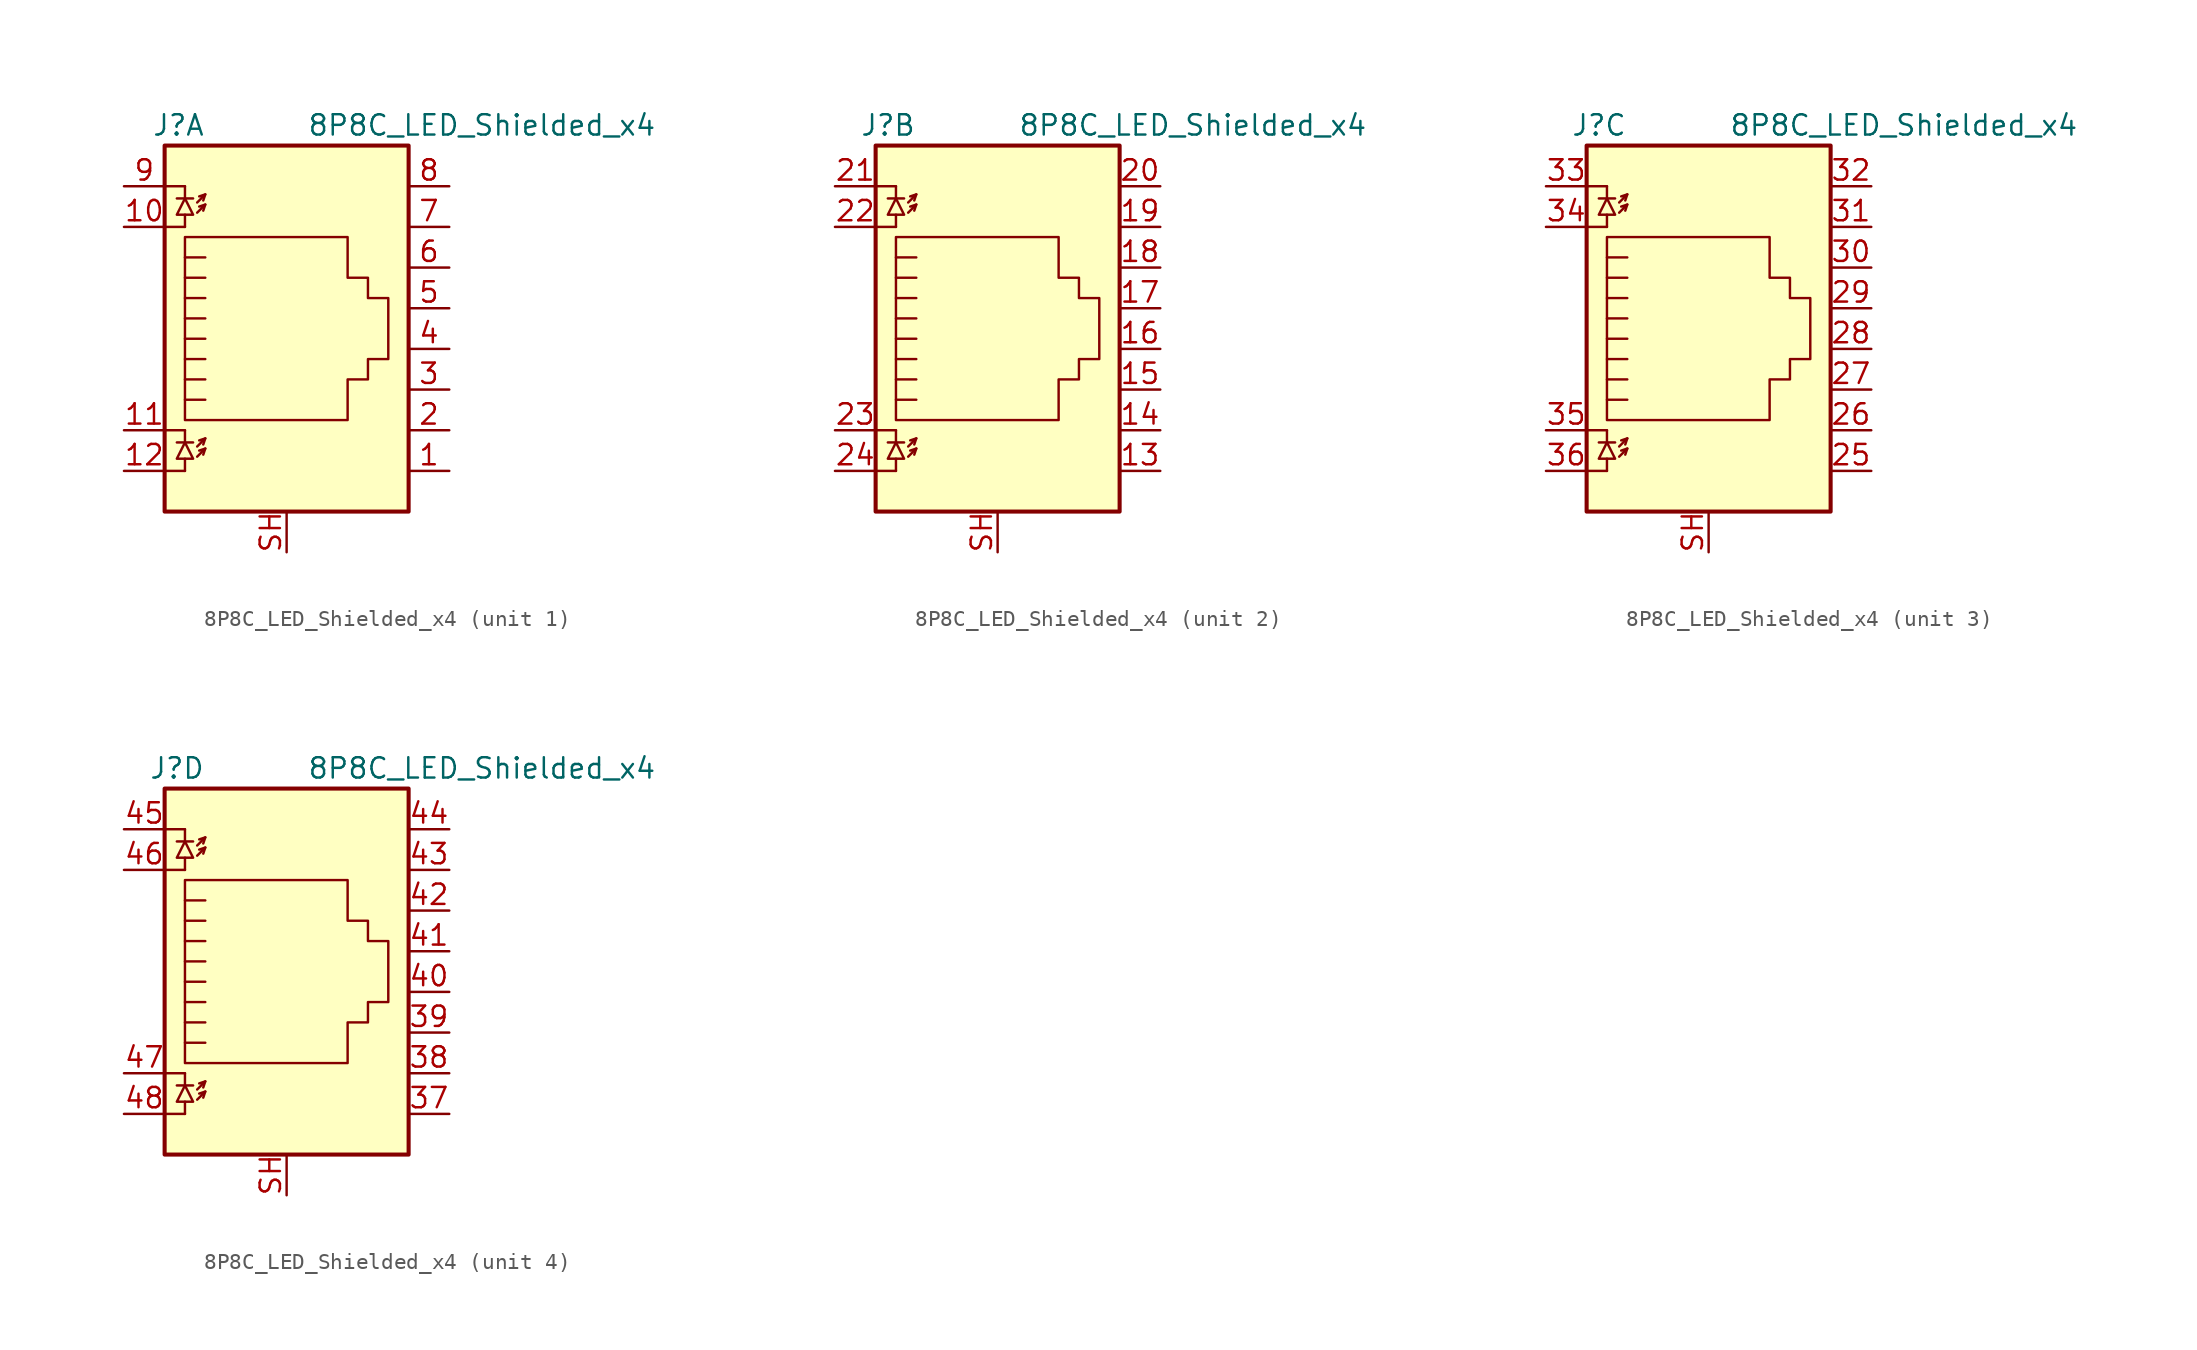
<source format=kicad_sym>
(kicad_symbol_lib
  (version 20211014)
  (generator kicad_symbol_editor)
  (symbol "8P8C_LED_Shielded_x4"
    (property "Reference" "J"
      (at -5.08 13.97 0)
      (effects (font (size 1.27 1.27)) (justify right)))
    (property "Value" "8P8C_LED_Shielded_x4"
      (at 1.27 13.97 0)
      (effects (font (size 1.27 1.27)) (justify left)))
    (property "ki_locked" ""
      (at 0 0 0)
      (effects (font (size 1.27 1.27))))
    (symbol "8P8C_LED_Shielded_x4_0_1"
      (polyline (pts (xy -7.62 -7.62) (xy -6.35 -7.62)) (stroke (width 0) (type default) (color 0 0 0 0)) (fill (type none)))
      (polyline (pts (xy -7.62 -5.08) (xy -6.35 -5.08)) (stroke (width 0) (type default) (color 0 0 0 0)) (fill (type none)))
      (polyline (pts (xy -7.62 7.62) (xy -6.35 7.62)) (stroke (width 0) (type default) (color 0 0 0 0)) (fill (type none)))
      (polyline (pts (xy -7.62 10.16) (xy -6.35 10.16)) (stroke (width 0) (type default) (color 0 0 0 0)) (fill (type none)))
      (polyline (pts (xy -6.858 -5.842) (xy -5.842 -5.842)) (stroke (width 0) (type default) (color 0 0 0 0)) (fill (type none)))
      (polyline (pts (xy -6.858 9.398) (xy -5.842 9.398)) (stroke (width 0) (type default) (color 0 0 0 0)) (fill (type none)))
      (polyline (pts (xy -6.35 -7.62) (xy -6.35 -6.858)) (stroke (width 0) (type default) (color 0 0 0 0)) (fill (type none)))
      (polyline (pts (xy -6.35 -5.08) (xy -6.35 -5.842)) (stroke (width 0) (type default) (color 0 0 0 0)) (fill (type none)))
      (polyline (pts (xy -6.35 7.62) (xy -6.35 8.382)) (stroke (width 0) (type default) (color 0 0 0 0)) (fill (type none)))
      (polyline (pts (xy -6.35 10.16) (xy -6.35 9.398)) (stroke (width 0) (type default) (color 0 0 0 0)) (fill (type none)))
      (polyline (pts (xy -5.08 -6.223) (xy -5.207 -6.604)) (stroke (width 0) (type default) (color 0 0 0 0)) (fill (type none)))
      (polyline (pts (xy -5.08 -5.588) (xy -5.207 -5.969)) (stroke (width 0) (type default) (color 0 0 0 0)) (fill (type none)))
      (polyline (pts (xy -5.08 4.445) (xy -6.35 4.445)) (stroke (width 0) (type default) (color 0 0 0 0)) (fill (type none)))
      (polyline (pts (xy -5.08 5.715) (xy -6.35 5.715)) (stroke (width 0) (type default) (color 0 0 0 0)) (fill (type none)))
      (polyline (pts (xy -5.08 9.017) (xy -5.207 8.636)) (stroke (width 0) (type default) (color 0 0 0 0)) (fill (type none)))
      (polyline (pts (xy -5.08 9.652) (xy -5.207 9.271)) (stroke (width 0) (type default) (color 0 0 0 0)) (fill (type none)))
      (polyline (pts (xy -6.35 -3.175) (xy -5.08 -3.175) (xy -5.08 -3.175)) (stroke (width 0) (type default) (color 0 0 0 0)) (fill (type none)))
      (polyline (pts (xy -6.35 -1.905) (xy -5.08 -1.905) (xy -5.08 -1.905)) (stroke (width 0) (type default) (color 0 0 0 0)) (fill (type none)))
      (polyline (pts (xy -6.35 -0.635) (xy -5.08 -0.635) (xy -5.08 -0.635)) (stroke (width 0) (type default) (color 0 0 0 0)) (fill (type none)))
      (polyline (pts (xy -6.35 0.635) (xy -5.08 0.635) (xy -5.08 0.635)) (stroke (width 0) (type default) (color 0 0 0 0)) (fill (type none)))
      (polyline (pts (xy -6.35 1.905) (xy -5.08 1.905) (xy -5.08 1.905)) (stroke (width 0) (type default) (color 0 0 0 0)) (fill (type none)))
      (polyline (pts (xy -5.588 -6.731) (xy -5.08 -6.223) (xy -5.461 -6.35)) (stroke (width 0) (type default) (color 0 0 0 0)) (fill (type none)))
      (polyline (pts (xy -5.588 -6.096) (xy -5.08 -5.588) (xy -5.461 -5.715)) (stroke (width 0) (type default) (color 0 0 0 0)) (fill (type none)))
      (polyline (pts (xy -5.588 8.509) (xy -5.08 9.017) (xy -5.461 8.89)) (stroke (width 0) (type default) (color 0 0 0 0)) (fill (type none)))
      (polyline (pts (xy -5.588 9.144) (xy -5.08 9.652) (xy -5.461 9.525)) (stroke (width 0) (type default) (color 0 0 0 0)) (fill (type none)))
      (polyline (pts (xy -5.08 3.175) (xy -6.35 3.175) (xy -6.35 3.175)) (stroke (width 0) (type default) (color 0 0 0 0)) (fill (type none)))
      (polyline (pts (xy -6.35 -5.842) (xy -6.858 -6.858) (xy -5.842 -6.858) (xy -6.35 -5.842)) (stroke (width 0) (type default) (color 0 0 0 0)) (fill (type none)))
      (polyline (pts (xy -6.35 9.398) (xy -6.858 8.382) (xy -5.842 8.382) (xy -6.35 9.398)) (stroke (width 0) (type default) (color 0 0 0 0)) (fill (type none)))
      (polyline (pts (xy -6.35 -4.445) (xy -6.35 6.985) (xy 3.81 6.985) (xy 3.81 4.445) (xy 5.08 4.445) (xy 5.08 3.175) (xy 6.35 3.175) (xy 6.35 -0.635) (xy 5.08 -0.635) (xy 5.08 -1.905) (xy 3.81 -1.905) (xy 3.81 -4.445) (xy -6.35 -4.445) (xy -6.35 -4.445)) (stroke (width 0) (type default) (color 0 0 0 0)) (fill (type none)))
      (rectangle (start 7.62 12.7) (end -7.62 -10.16) (stroke (width 0.254) (type default) (color 0 0 0 0)) (fill (type background))))
    (symbol "8P8C_LED_Shielded_x4_1_1"
      (pin passive line (at 10.16 -7.62 180) (length 2.54) (name "~" (effects (font (size 1.27 1.27)))) (number "1" (effects (font (size 1.27 1.27)))))
      (pin passive line (at -10.16 7.62 0) (length 2.54) (name "~" (effects (font (size 1.27 1.27)))) (number "10" (effects (font (size 1.27 1.27)))))
      (pin passive line (at -10.16 -5.08 0) (length 2.54) (name "~" (effects (font (size 1.27 1.27)))) (number "11" (effects (font (size 1.27 1.27)))))
      (pin passive line (at -10.16 -7.62 0) (length 2.54) (name "~" (effects (font (size 1.27 1.27)))) (number "12" (effects (font (size 1.27 1.27)))))
      (pin passive line (at 10.16 -5.08 180) (length 2.54) (name "~" (effects (font (size 1.27 1.27)))) (number "2" (effects (font (size 1.27 1.27)))))
      (pin passive line (at 10.16 -2.54 180) (length 2.54) (name "~" (effects (font (size 1.27 1.27)))) (number "3" (effects (font (size 1.27 1.27)))))
      (pin passive line (at 10.16 0 180) (length 2.54) (name "~" (effects (font (size 1.27 1.27)))) (number "4" (effects (font (size 1.27 1.27)))))
      (pin passive line (at 10.16 2.54 180) (length 2.54) (name "~" (effects (font (size 1.27 1.27)))) (number "5" (effects (font (size 1.27 1.27)))))
      (pin passive line (at 10.16 5.08 180) (length 2.54) (name "~" (effects (font (size 1.27 1.27)))) (number "6" (effects (font (size 1.27 1.27)))))
      (pin passive line (at 10.16 7.62 180) (length 2.54) (name "~" (effects (font (size 1.27 1.27)))) (number "7" (effects (font (size 1.27 1.27)))))
      (pin passive line (at 10.16 10.16 180) (length 2.54) (name "~" (effects (font (size 1.27 1.27)))) (number "8" (effects (font (size 1.27 1.27)))))
      (pin passive line (at -10.16 10.16 0) (length 2.54) (name "~" (effects (font (size 1.27 1.27)))) (number "9" (effects (font (size 1.27 1.27)))))
      (pin passive line (at 0 -12.7 90) (length 2.54) (name "~" (effects (font (size 1.27 1.27)))) (number "SH" (effects (font (size 1.27 1.27))))))
    (symbol "8P8C_LED_Shielded_x4_2_1"
      (pin passive line (at 10.16 -7.62 180) (length 2.54) (name "~" (effects (font (size 1.27 1.27)))) (number "13" (effects (font (size 1.27 1.27)))))
      (pin passive line (at 10.16 -5.08 180) (length 2.54) (name "~" (effects (font (size 1.27 1.27)))) (number "14" (effects (font (size 1.27 1.27)))))
      (pin passive line (at 10.16 -2.54 180) (length 2.54) (name "~" (effects (font (size 1.27 1.27)))) (number "15" (effects (font (size 1.27 1.27)))))
      (pin passive line (at 10.16 0 180) (length 2.54) (name "~" (effects (font (size 1.27 1.27)))) (number "16" (effects (font (size 1.27 1.27)))))
      (pin passive line (at 10.16 2.54 180) (length 2.54) (name "~" (effects (font (size 1.27 1.27)))) (number "17" (effects (font (size 1.27 1.27)))))
      (pin passive line (at 10.16 5.08 180) (length 2.54) (name "~" (effects (font (size 1.27 1.27)))) (number "18" (effects (font (size 1.27 1.27)))))
      (pin passive line (at 10.16 7.62 180) (length 2.54) (name "~" (effects (font (size 1.27 1.27)))) (number "19" (effects (font (size 1.27 1.27)))))
      (pin passive line (at 10.16 10.16 180) (length 2.54) (name "~" (effects (font (size 1.27 1.27)))) (number "20" (effects (font (size 1.27 1.27)))))
      (pin passive line (at -10.16 10.16 0) (length 2.54) (name "~" (effects (font (size 1.27 1.27)))) (number "21" (effects (font (size 1.27 1.27)))))
      (pin passive line (at -10.16 7.62 0) (length 2.54) (name "~" (effects (font (size 1.27 1.27)))) (number "22" (effects (font (size 1.27 1.27)))))
      (pin passive line (at -10.16 -5.08 0) (length 2.54) (name "~" (effects (font (size 1.27 1.27)))) (number "23" (effects (font (size 1.27 1.27)))))
      (pin passive line (at -10.16 -7.62 0) (length 2.54) (name "~" (effects (font (size 1.27 1.27)))) (number "24" (effects (font (size 1.27 1.27)))))
      (pin passive line (at 0 -12.7 90) (length 2.54) (name "~" (effects (font (size 1.27 1.27)))) (number "SH" (effects (font (size 1.27 1.27))))))
    (symbol "8P8C_LED_Shielded_x4_3_1"
      (pin passive line (at 10.16 -7.62 180) (length 2.54) (name "~" (effects (font (size 1.27 1.27)))) (number "25" (effects (font (size 1.27 1.27)))))
      (pin passive line (at 10.16 -5.08 180) (length 2.54) (name "~" (effects (font (size 1.27 1.27)))) (number "26" (effects (font (size 1.27 1.27)))))
      (pin passive line (at 10.16 -2.54 180) (length 2.54) (name "~" (effects (font (size 1.27 1.27)))) (number "27" (effects (font (size 1.27 1.27)))))
      (pin passive line (at 10.16 0 180) (length 2.54) (name "~" (effects (font (size 1.27 1.27)))) (number "28" (effects (font (size 1.27 1.27)))))
      (pin passive line (at 10.16 2.54 180) (length 2.54) (name "~" (effects (font (size 1.27 1.27)))) (number "29" (effects (font (size 1.27 1.27)))))
      (pin passive line (at 10.16 5.08 180) (length 2.54) (name "~" (effects (font (size 1.27 1.27)))) (number "30" (effects (font (size 1.27 1.27)))))
      (pin passive line (at 10.16 7.62 180) (length 2.54) (name "~" (effects (font (size 1.27 1.27)))) (number "31" (effects (font (size 1.27 1.27)))))
      (pin passive line (at 10.16 10.16 180) (length 2.54) (name "~" (effects (font (size 1.27 1.27)))) (number "32" (effects (font (size 1.27 1.27)))))
      (pin passive line (at -10.16 10.16 0) (length 2.54) (name "~" (effects (font (size 1.27 1.27)))) (number "33" (effects (font (size 1.27 1.27)))))
      (pin passive line (at -10.16 7.62 0) (length 2.54) (name "~" (effects (font (size 1.27 1.27)))) (number "34" (effects (font (size 1.27 1.27)))))
      (pin passive line (at -10.16 -5.08 0) (length 2.54) (name "~" (effects (font (size 1.27 1.27)))) (number "35" (effects (font (size 1.27 1.27)))))
      (pin passive line (at -10.16 -7.62 0) (length 2.54) (name "~" (effects (font (size 1.27 1.27)))) (number "36" (effects (font (size 1.27 1.27)))))
      (pin passive line (at 0 -12.7 90) (length 2.54) (name "~" (effects (font (size 1.27 1.27)))) (number "SH" (effects (font (size 1.27 1.27))))))
    (symbol "8P8C_LED_Shielded_x4_4_1"
      (pin passive line (at 10.16 -7.62 180) (length 2.54) (name "~" (effects (font (size 1.27 1.27)))) (number "37" (effects (font (size 1.27 1.27)))))
      (pin passive line (at 10.16 -5.08 180) (length 2.54) (name "~" (effects (font (size 1.27 1.27)))) (number "38" (effects (font (size 1.27 1.27)))))
      (pin passive line (at 10.16 -2.54 180) (length 2.54) (name "~" (effects (font (size 1.27 1.27)))) (number "39" (effects (font (size 1.27 1.27)))))
      (pin passive line (at 10.16 0 180) (length 2.54) (name "~" (effects (font (size 1.27 1.27)))) (number "40" (effects (font (size 1.27 1.27)))))
      (pin passive line (at 10.16 2.54 180) (length 2.54) (name "~" (effects (font (size 1.27 1.27)))) (number "41" (effects (font (size 1.27 1.27)))))
      (pin passive line (at 10.16 5.08 180) (length 2.54) (name "~" (effects (font (size 1.27 1.27)))) (number "42" (effects (font (size 1.27 1.27)))))
      (pin passive line (at 10.16 7.62 180) (length 2.54) (name "~" (effects (font (size 1.27 1.27)))) (number "43" (effects (font (size 1.27 1.27)))))
      (pin passive line (at 10.16 10.16 180) (length 2.54) (name "~" (effects (font (size 1.27 1.27)))) (number "44" (effects (font (size 1.27 1.27)))))
      (pin passive line (at -10.16 10.16 0) (length 2.54) (name "~" (effects (font (size 1.27 1.27)))) (number "45" (effects (font (size 1.27 1.27)))))
      (pin passive line (at -10.16 7.62 0) (length 2.54) (name "~" (effects (font (size 1.27 1.27)))) (number "46" (effects (font (size 1.27 1.27)))))
      (pin passive line (at -10.16 -5.08 0) (length 2.54) (name "~" (effects (font (size 1.27 1.27)))) (number "47" (effects (font (size 1.27 1.27)))))
      (pin passive line (at -10.16 -7.62 0) (length 2.54) (name "~" (effects (font (size 1.27 1.27)))) (number "48" (effects (font (size 1.27 1.27)))))
      (pin passive line (at 0 -12.7 90) (length 2.54) (name "~" (effects (font (size 1.27 1.27)))) (number "SH" (effects (font (size 1.27 1.27))))))))
</source>
